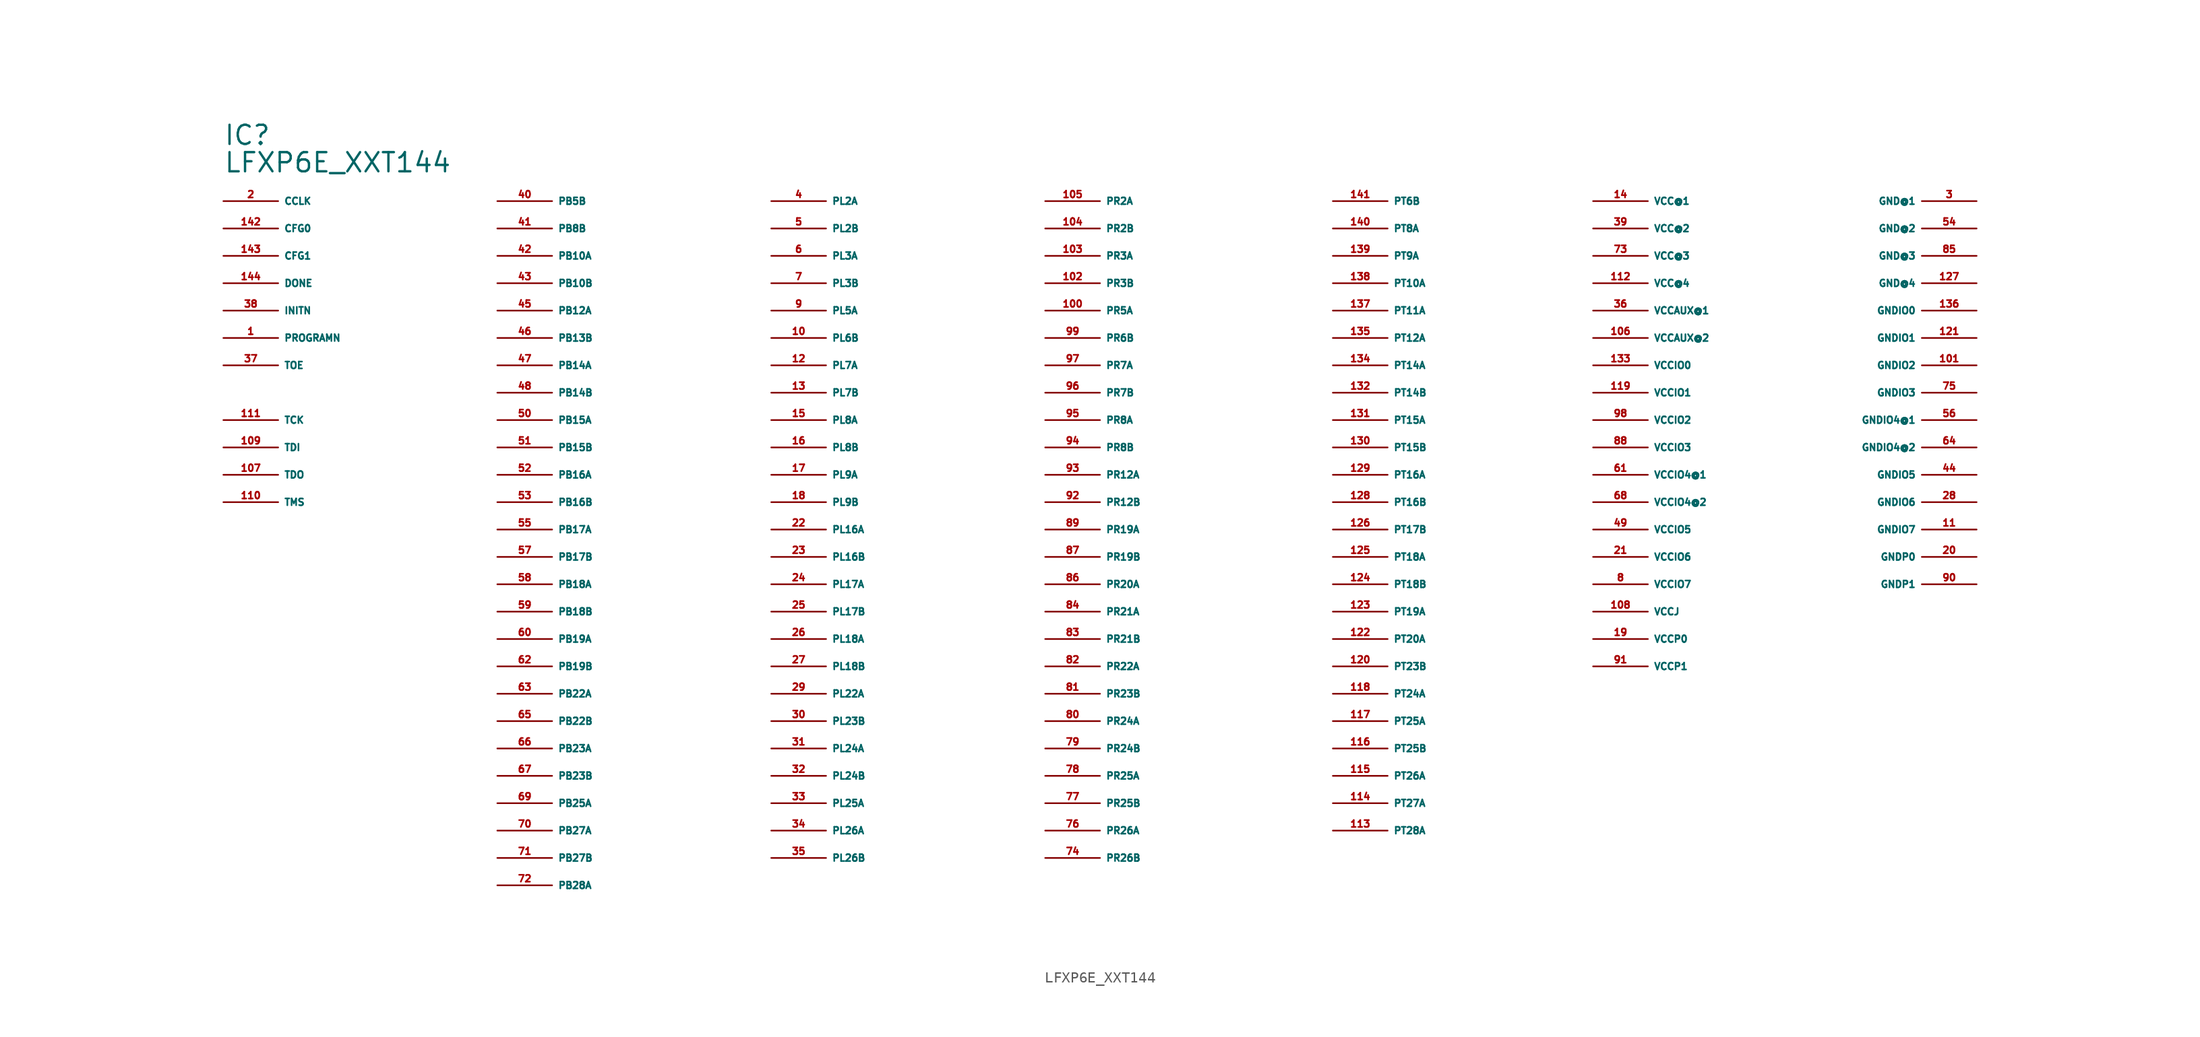
<source format=kicad_sym>
(kicad_symbol_lib
  (version 20220914)
  (generator Eagle2Kicad)
  (symbol "LFXP6E_XXT144"
    (property "Reference" "IC"
      (at -81.28 35.56 0)
      (effects (font (size 1.778 1.778) (thickness 0.22)) (justify left bottom)))
    (property "Value" "LFXP6E_XXT144"
      (at -81.28 33.02 0)
      (effects (font (size 1.778 1.778) (thickness 0.22)) (justify left bottom)))
    (pin bidirectional line
      (at -81.28 30.48 0)
      (length 5.08)
      (name "CCLK" (effects (font (size 0.635 0.635) (thickness 0.08)) (justify left bottom)))
      (number "2" (effects (font (size 0.635 0.635) (thickness 0.08)) (justify left bottom))))
    (pin input line
      (at -81.28 27.94 0)
      (length 5.08)
      (name "CFG0" (effects (font (size 0.635 0.635) (thickness 0.08)) (justify left bottom)))
      (number "142" (effects (font (size 0.635 0.635) (thickness 0.08)) (justify left bottom))))
    (pin input line
      (at -81.28 25.4 0)
      (length 5.08)
      (name "CFG1" (effects (font (size 0.635 0.635) (thickness 0.08)) (justify left bottom)))
      (number "143" (effects (font (size 0.635 0.635) (thickness 0.08)) (justify left bottom))))
    (pin bidirectional line
      (at -81.28 22.86 0)
      (length 5.08)
      (name "DONE" (effects (font (size 0.635 0.635) (thickness 0.08)) (justify left bottom)))
      (number "144" (effects (font (size 0.635 0.635) (thickness 0.08)) (justify left bottom))))
    (pin unspecified line
      (at 81.28 30.48 180)
      (length 5.08)
      (name "GND@1" (effects (font (size 0.635 0.635) (thickness 0.08)) (justify left bottom)))
      (number "3" (effects (font (size 0.635 0.635) (thickness 0.08)) (justify left bottom))))
    (pin unspecified line
      (at 81.28 27.94 180)
      (length 5.08)
      (name "GND@2" (effects (font (size 0.635 0.635) (thickness 0.08)) (justify left bottom)))
      (number "54" (effects (font (size 0.635 0.635) (thickness 0.08)) (justify left bottom))))
    (pin unspecified line
      (at 81.28 25.4 180)
      (length 5.08)
      (name "GND@3" (effects (font (size 0.635 0.635) (thickness 0.08)) (justify left bottom)))
      (number "85" (effects (font (size 0.635 0.635) (thickness 0.08)) (justify left bottom))))
    (pin unspecified line
      (at 81.28 22.86 180)
      (length 5.08)
      (name "GND@4" (effects (font (size 0.635 0.635) (thickness 0.08)) (justify left bottom)))
      (number "127" (effects (font (size 0.635 0.635) (thickness 0.08)) (justify left bottom))))
    (pin unspecified line
      (at 81.28 20.32 180)
      (length 5.08)
      (name "GNDIO0" (effects (font (size 0.635 0.635) (thickness 0.08)) (justify left bottom)))
      (number "136" (effects (font (size 0.635 0.635) (thickness 0.08)) (justify left bottom))))
    (pin unspecified line
      (at 81.28 17.78 180)
      (length 5.08)
      (name "GNDIO1" (effects (font (size 0.635 0.635) (thickness 0.08)) (justify left bottom)))
      (number "121" (effects (font (size 0.635 0.635) (thickness 0.08)) (justify left bottom))))
    (pin unspecified line
      (at 81.28 15.24 180)
      (length 5.08)
      (name "GNDIO2" (effects (font (size 0.635 0.635) (thickness 0.08)) (justify left bottom)))
      (number "101" (effects (font (size 0.635 0.635) (thickness 0.08)) (justify left bottom))))
    (pin unspecified line
      (at 81.28 12.7 180)
      (length 5.08)
      (name "GNDIO3" (effects (font (size 0.635 0.635) (thickness 0.08)) (justify left bottom)))
      (number "75" (effects (font (size 0.635 0.635) (thickness 0.08)) (justify left bottom))))
    (pin unspecified line
      (at 81.28 10.16 180)
      (length 5.08)
      (name "GNDIO4@1" (effects (font (size 0.635 0.635) (thickness 0.08)) (justify left bottom)))
      (number "56" (effects (font (size 0.635 0.635) (thickness 0.08)) (justify left bottom))))
    (pin unspecified line
      (at 81.28 7.62 180)
      (length 5.08)
      (name "GNDIO4@2" (effects (font (size 0.635 0.635) (thickness 0.08)) (justify left bottom)))
      (number "64" (effects (font (size 0.635 0.635) (thickness 0.08)) (justify left bottom))))
    (pin unspecified line
      (at 81.28 5.08 180)
      (length 5.08)
      (name "GNDIO5" (effects (font (size 0.635 0.635) (thickness 0.08)) (justify left bottom)))
      (number "44" (effects (font (size 0.635 0.635) (thickness 0.08)) (justify left bottom))))
    (pin unspecified line
      (at 81.28 2.54 180)
      (length 5.08)
      (name "GNDIO6" (effects (font (size 0.635 0.635) (thickness 0.08)) (justify left bottom)))
      (number "28" (effects (font (size 0.635 0.635) (thickness 0.08)) (justify left bottom))))
    (pin unspecified line
      (at 81.28 0 180)
      (length 5.08)
      (name "GNDIO7" (effects (font (size 0.635 0.635) (thickness 0.08)) (justify left bottom)))
      (number "11" (effects (font (size 0.635 0.635) (thickness 0.08)) (justify left bottom))))
    (pin unspecified line
      (at 81.28 -2.54 180)
      (length 5.08)
      (name "GNDP0" (effects (font (size 0.635 0.635) (thickness 0.08)) (justify left bottom)))
      (number "20" (effects (font (size 0.635 0.635) (thickness 0.08)) (justify left bottom))))
    (pin unspecified line
      (at 81.28 -5.08 180)
      (length 5.08)
      (name "GNDP1" (effects (font (size 0.635 0.635) (thickness 0.08)) (justify left bottom)))
      (number "90" (effects (font (size 0.635 0.635) (thickness 0.08)) (justify left bottom))))
    (pin bidirectional line
      (at -81.28 20.32 0)
      (length 5.08)
      (name "INITN" (effects (font (size 0.635 0.635) (thickness 0.08)) (justify left bottom)))
      (number "38" (effects (font (size 0.635 0.635) (thickness 0.08)) (justify left bottom))))
    (pin bidirectional line
      (at -55.88 30.48 0)
      (length 5.08)
      (name "PB5B" (effects (font (size 0.635 0.635) (thickness 0.08)) (justify left bottom)))
      (number "40" (effects (font (size 0.635 0.635) (thickness 0.08)) (justify left bottom))))
    (pin bidirectional line
      (at -55.88 27.94 0)
      (length 5.08)
      (name "PB8B" (effects (font (size 0.635 0.635) (thickness 0.08)) (justify left bottom)))
      (number "41" (effects (font (size 0.635 0.635) (thickness 0.08)) (justify left bottom))))
    (pin bidirectional line
      (at -55.88 25.4 0)
      (length 5.08)
      (name "PB10A" (effects (font (size 0.635 0.635) (thickness 0.08)) (justify left bottom)))
      (number "42" (effects (font (size 0.635 0.635) (thickness 0.08)) (justify left bottom))))
    (pin bidirectional line
      (at -55.88 22.86 0)
      (length 5.08)
      (name "PB10B" (effects (font (size 0.635 0.635) (thickness 0.08)) (justify left bottom)))
      (number "43" (effects (font (size 0.635 0.635) (thickness 0.08)) (justify left bottom))))
    (pin bidirectional line
      (at -55.88 20.32 0)
      (length 5.08)
      (name "PB12A" (effects (font (size 0.635 0.635) (thickness 0.08)) (justify left bottom)))
      (number "45" (effects (font (size 0.635 0.635) (thickness 0.08)) (justify left bottom))))
    (pin bidirectional line
      (at -55.88 17.78 0)
      (length 5.08)
      (name "PB13B" (effects (font (size 0.635 0.635) (thickness 0.08)) (justify left bottom)))
      (number "46" (effects (font (size 0.635 0.635) (thickness 0.08)) (justify left bottom))))
    (pin bidirectional line
      (at -55.88 15.24 0)
      (length 5.08)
      (name "PB14A" (effects (font (size 0.635 0.635) (thickness 0.08)) (justify left bottom)))
      (number "47" (effects (font (size 0.635 0.635) (thickness 0.08)) (justify left bottom))))
    (pin bidirectional line
      (at -55.88 12.7 0)
      (length 5.08)
      (name "PB14B" (effects (font (size 0.635 0.635) (thickness 0.08)) (justify left bottom)))
      (number "48" (effects (font (size 0.635 0.635) (thickness 0.08)) (justify left bottom))))
    (pin bidirectional line
      (at -55.88 10.16 0)
      (length 5.08)
      (name "PB15A" (effects (font (size 0.635 0.635) (thickness 0.08)) (justify left bottom)))
      (number "50" (effects (font (size 0.635 0.635) (thickness 0.08)) (justify left bottom))))
    (pin bidirectional line
      (at -55.88 7.62 0)
      (length 5.08)
      (name "PB15B" (effects (font (size 0.635 0.635) (thickness 0.08)) (justify left bottom)))
      (number "51" (effects (font (size 0.635 0.635) (thickness 0.08)) (justify left bottom))))
    (pin bidirectional line
      (at -55.88 5.08 0)
      (length 5.08)
      (name "PB16A" (effects (font (size 0.635 0.635) (thickness 0.08)) (justify left bottom)))
      (number "52" (effects (font (size 0.635 0.635) (thickness 0.08)) (justify left bottom))))
    (pin bidirectional line
      (at -55.88 2.54 0)
      (length 5.08)
      (name "PB16B" (effects (font (size 0.635 0.635) (thickness 0.08)) (justify left bottom)))
      (number "53" (effects (font (size 0.635 0.635) (thickness 0.08)) (justify left bottom))))
    (pin bidirectional line
      (at -55.88 0 0)
      (length 5.08)
      (name "PB17A" (effects (font (size 0.635 0.635) (thickness 0.08)) (justify left bottom)))
      (number "55" (effects (font (size 0.635 0.635) (thickness 0.08)) (justify left bottom))))
    (pin bidirectional line
      (at -55.88 -2.54 0)
      (length 5.08)
      (name "PB17B" (effects (font (size 0.635 0.635) (thickness 0.08)) (justify left bottom)))
      (number "57" (effects (font (size 0.635 0.635) (thickness 0.08)) (justify left bottom))))
    (pin bidirectional line
      (at -55.88 -5.08 0)
      (length 5.08)
      (name "PB18A" (effects (font (size 0.635 0.635) (thickness 0.08)) (justify left bottom)))
      (number "58" (effects (font (size 0.635 0.635) (thickness 0.08)) (justify left bottom))))
    (pin bidirectional line
      (at -55.88 -7.62 0)
      (length 5.08)
      (name "PB18B" (effects (font (size 0.635 0.635) (thickness 0.08)) (justify left bottom)))
      (number "59" (effects (font (size 0.635 0.635) (thickness 0.08)) (justify left bottom))))
    (pin bidirectional line
      (at -55.88 -10.16 0)
      (length 5.08)
      (name "PB19A" (effects (font (size 0.635 0.635) (thickness 0.08)) (justify left bottom)))
      (number "60" (effects (font (size 0.635 0.635) (thickness 0.08)) (justify left bottom))))
    (pin bidirectional line
      (at -55.88 -12.7 0)
      (length 5.08)
      (name "PB19B" (effects (font (size 0.635 0.635) (thickness 0.08)) (justify left bottom)))
      (number "62" (effects (font (size 0.635 0.635) (thickness 0.08)) (justify left bottom))))
    (pin bidirectional line
      (at -55.88 -15.24 0)
      (length 5.08)
      (name "PB22A" (effects (font (size 0.635 0.635) (thickness 0.08)) (justify left bottom)))
      (number "63" (effects (font (size 0.635 0.635) (thickness 0.08)) (justify left bottom))))
    (pin bidirectional line
      (at -55.88 -17.78 0)
      (length 5.08)
      (name "PB22B" (effects (font (size 0.635 0.635) (thickness 0.08)) (justify left bottom)))
      (number "65" (effects (font (size 0.635 0.635) (thickness 0.08)) (justify left bottom))))
    (pin bidirectional line
      (at -55.88 -20.32 0)
      (length 5.08)
      (name "PB23A" (effects (font (size 0.635 0.635) (thickness 0.08)) (justify left bottom)))
      (number "66" (effects (font (size 0.635 0.635) (thickness 0.08)) (justify left bottom))))
    (pin bidirectional line
      (at -55.88 -22.86 0)
      (length 5.08)
      (name "PB23B" (effects (font (size 0.635 0.635) (thickness 0.08)) (justify left bottom)))
      (number "67" (effects (font (size 0.635 0.635) (thickness 0.08)) (justify left bottom))))
    (pin bidirectional line
      (at -55.88 -25.4 0)
      (length 5.08)
      (name "PB25A" (effects (font (size 0.635 0.635) (thickness 0.08)) (justify left bottom)))
      (number "69" (effects (font (size 0.635 0.635) (thickness 0.08)) (justify left bottom))))
    (pin bidirectional line
      (at -55.88 -27.94 0)
      (length 5.08)
      (name "PB27A" (effects (font (size 0.635 0.635) (thickness 0.08)) (justify left bottom)))
      (number "70" (effects (font (size 0.635 0.635) (thickness 0.08)) (justify left bottom))))
    (pin bidirectional line
      (at -55.88 -30.48 0)
      (length 5.08)
      (name "PB27B" (effects (font (size 0.635 0.635) (thickness 0.08)) (justify left bottom)))
      (number "71" (effects (font (size 0.635 0.635) (thickness 0.08)) (justify left bottom))))
    (pin bidirectional line
      (at -55.88 -33.02 0)
      (length 5.08)
      (name "PB28A" (effects (font (size 0.635 0.635) (thickness 0.08)) (justify left bottom)))
      (number "72" (effects (font (size 0.635 0.635) (thickness 0.08)) (justify left bottom))))
    (pin bidirectional line
      (at -30.48 30.48 0)
      (length 5.08)
      (name "PL2A" (effects (font (size 0.635 0.635) (thickness 0.08)) (justify left bottom)))
      (number "4" (effects (font (size 0.635 0.635) (thickness 0.08)) (justify left bottom))))
    (pin bidirectional line
      (at -30.48 27.94 0)
      (length 5.08)
      (name "PL2B" (effects (font (size 0.635 0.635) (thickness 0.08)) (justify left bottom)))
      (number "5" (effects (font (size 0.635 0.635) (thickness 0.08)) (justify left bottom))))
    (pin bidirectional line
      (at -30.48 25.4 0)
      (length 5.08)
      (name "PL3A" (effects (font (size 0.635 0.635) (thickness 0.08)) (justify left bottom)))
      (number "6" (effects (font (size 0.635 0.635) (thickness 0.08)) (justify left bottom))))
    (pin bidirectional line
      (at -30.48 22.86 0)
      (length 5.08)
      (name "PL3B" (effects (font (size 0.635 0.635) (thickness 0.08)) (justify left bottom)))
      (number "7" (effects (font (size 0.635 0.635) (thickness 0.08)) (justify left bottom))))
    (pin bidirectional line
      (at -30.48 20.32 0)
      (length 5.08)
      (name "PL5A" (effects (font (size 0.635 0.635) (thickness 0.08)) (justify left bottom)))
      (number "9" (effects (font (size 0.635 0.635) (thickness 0.08)) (justify left bottom))))
    (pin bidirectional line
      (at -30.48 17.78 0)
      (length 5.08)
      (name "PL6B" (effects (font (size 0.635 0.635) (thickness 0.08)) (justify left bottom)))
      (number "10" (effects (font (size 0.635 0.635) (thickness 0.08)) (justify left bottom))))
    (pin bidirectional line
      (at -30.48 15.24 0)
      (length 5.08)
      (name "PL7A" (effects (font (size 0.635 0.635) (thickness 0.08)) (justify left bottom)))
      (number "12" (effects (font (size 0.635 0.635) (thickness 0.08)) (justify left bottom))))
    (pin bidirectional line
      (at -30.48 12.7 0)
      (length 5.08)
      (name "PL7B" (effects (font (size 0.635 0.635) (thickness 0.08)) (justify left bottom)))
      (number "13" (effects (font (size 0.635 0.635) (thickness 0.08)) (justify left bottom))))
    (pin bidirectional line
      (at -30.48 10.16 0)
      (length 5.08)
      (name "PL8A" (effects (font (size 0.635 0.635) (thickness 0.08)) (justify left bottom)))
      (number "15" (effects (font (size 0.635 0.635) (thickness 0.08)) (justify left bottom))))
    (pin bidirectional line
      (at -30.48 7.62 0)
      (length 5.08)
      (name "PL8B" (effects (font (size 0.635 0.635) (thickness 0.08)) (justify left bottom)))
      (number "16" (effects (font (size 0.635 0.635) (thickness 0.08)) (justify left bottom))))
    (pin bidirectional line
      (at -30.48 5.08 0)
      (length 5.08)
      (name "PL9A" (effects (font (size 0.635 0.635) (thickness 0.08)) (justify left bottom)))
      (number "17" (effects (font (size 0.635 0.635) (thickness 0.08)) (justify left bottom))))
    (pin bidirectional line
      (at -30.48 2.54 0)
      (length 5.08)
      (name "PL9B" (effects (font (size 0.635 0.635) (thickness 0.08)) (justify left bottom)))
      (number "18" (effects (font (size 0.635 0.635) (thickness 0.08)) (justify left bottom))))
    (pin bidirectional line
      (at -30.48 0 0)
      (length 5.08)
      (name "PL16A" (effects (font (size 0.635 0.635) (thickness 0.08)) (justify left bottom)))
      (number "22" (effects (font (size 0.635 0.635) (thickness 0.08)) (justify left bottom))))
    (pin bidirectional line
      (at -30.48 -2.54 0)
      (length 5.08)
      (name "PL16B" (effects (font (size 0.635 0.635) (thickness 0.08)) (justify left bottom)))
      (number "23" (effects (font (size 0.635 0.635) (thickness 0.08)) (justify left bottom))))
    (pin bidirectional line
      (at -30.48 -5.08 0)
      (length 5.08)
      (name "PL17A" (effects (font (size 0.635 0.635) (thickness 0.08)) (justify left bottom)))
      (number "24" (effects (font (size 0.635 0.635) (thickness 0.08)) (justify left bottom))))
    (pin bidirectional line
      (at -30.48 -7.62 0)
      (length 5.08)
      (name "PL17B" (effects (font (size 0.635 0.635) (thickness 0.08)) (justify left bottom)))
      (number "25" (effects (font (size 0.635 0.635) (thickness 0.08)) (justify left bottom))))
    (pin bidirectional line
      (at -30.48 -10.16 0)
      (length 5.08)
      (name "PL18A" (effects (font (size 0.635 0.635) (thickness 0.08)) (justify left bottom)))
      (number "26" (effects (font (size 0.635 0.635) (thickness 0.08)) (justify left bottom))))
    (pin bidirectional line
      (at -30.48 -12.7 0)
      (length 5.08)
      (name "PL18B" (effects (font (size 0.635 0.635) (thickness 0.08)) (justify left bottom)))
      (number "27" (effects (font (size 0.635 0.635) (thickness 0.08)) (justify left bottom))))
    (pin bidirectional line
      (at -30.48 -15.24 0)
      (length 5.08)
      (name "PL22A" (effects (font (size 0.635 0.635) (thickness 0.08)) (justify left bottom)))
      (number "29" (effects (font (size 0.635 0.635) (thickness 0.08)) (justify left bottom))))
    (pin bidirectional line
      (at -30.48 -17.78 0)
      (length 5.08)
      (name "PL23B" (effects (font (size 0.635 0.635) (thickness 0.08)) (justify left bottom)))
      (number "30" (effects (font (size 0.635 0.635) (thickness 0.08)) (justify left bottom))))
    (pin bidirectional line
      (at -30.48 -20.32 0)
      (length 5.08)
      (name "PL24A" (effects (font (size 0.635 0.635) (thickness 0.08)) (justify left bottom)))
      (number "31" (effects (font (size 0.635 0.635) (thickness 0.08)) (justify left bottom))))
    (pin bidirectional line
      (at -30.48 -22.86 0)
      (length 5.08)
      (name "PL24B" (effects (font (size 0.635 0.635) (thickness 0.08)) (justify left bottom)))
      (number "32" (effects (font (size 0.635 0.635) (thickness 0.08)) (justify left bottom))))
    (pin bidirectional line
      (at -30.48 -25.4 0)
      (length 5.08)
      (name "PL25A" (effects (font (size 0.635 0.635) (thickness 0.08)) (justify left bottom)))
      (number "33" (effects (font (size 0.635 0.635) (thickness 0.08)) (justify left bottom))))
    (pin bidirectional line
      (at -30.48 -27.94 0)
      (length 5.08)
      (name "PL26A" (effects (font (size 0.635 0.635) (thickness 0.08)) (justify left bottom)))
      (number "34" (effects (font (size 0.635 0.635) (thickness 0.08)) (justify left bottom))))
    (pin bidirectional line
      (at -30.48 -30.48 0)
      (length 5.08)
      (name "PL26B" (effects (font (size 0.635 0.635) (thickness 0.08)) (justify left bottom)))
      (number "35" (effects (font (size 0.635 0.635) (thickness 0.08)) (justify left bottom))))
    (pin bidirectional line
      (at -5.08 30.48 0)
      (length 5.08)
      (name "PR2A" (effects (font (size 0.635 0.635) (thickness 0.08)) (justify left bottom)))
      (number "105" (effects (font (size 0.635 0.635) (thickness 0.08)) (justify left bottom))))
    (pin bidirectional line
      (at -5.08 27.94 0)
      (length 5.08)
      (name "PR2B" (effects (font (size 0.635 0.635) (thickness 0.08)) (justify left bottom)))
      (number "104" (effects (font (size 0.635 0.635) (thickness 0.08)) (justify left bottom))))
    (pin bidirectional line
      (at -5.08 25.4 0)
      (length 5.08)
      (name "PR3A" (effects (font (size 0.635 0.635) (thickness 0.08)) (justify left bottom)))
      (number "103" (effects (font (size 0.635 0.635) (thickness 0.08)) (justify left bottom))))
    (pin bidirectional line
      (at -5.08 22.86 0)
      (length 5.08)
      (name "PR3B" (effects (font (size 0.635 0.635) (thickness 0.08)) (justify left bottom)))
      (number "102" (effects (font (size 0.635 0.635) (thickness 0.08)) (justify left bottom))))
    (pin bidirectional line
      (at -5.08 20.32 0)
      (length 5.08)
      (name "PR5A" (effects (font (size 0.635 0.635) (thickness 0.08)) (justify left bottom)))
      (number "100" (effects (font (size 0.635 0.635) (thickness 0.08)) (justify left bottom))))
    (pin bidirectional line
      (at -5.08 17.78 0)
      (length 5.08)
      (name "PR6B" (effects (font (size 0.635 0.635) (thickness 0.08)) (justify left bottom)))
      (number "99" (effects (font (size 0.635 0.635) (thickness 0.08)) (justify left bottom))))
    (pin bidirectional line
      (at -5.08 15.24 0)
      (length 5.08)
      (name "PR7A" (effects (font (size 0.635 0.635) (thickness 0.08)) (justify left bottom)))
      (number "97" (effects (font (size 0.635 0.635) (thickness 0.08)) (justify left bottom))))
    (pin bidirectional line
      (at -5.08 12.7 0)
      (length 5.08)
      (name "PR7B" (effects (font (size 0.635 0.635) (thickness 0.08)) (justify left bottom)))
      (number "96" (effects (font (size 0.635 0.635) (thickness 0.08)) (justify left bottom))))
    (pin bidirectional line
      (at -5.08 10.16 0)
      (length 5.08)
      (name "PR8A" (effects (font (size 0.635 0.635) (thickness 0.08)) (justify left bottom)))
      (number "95" (effects (font (size 0.635 0.635) (thickness 0.08)) (justify left bottom))))
    (pin bidirectional line
      (at -5.08 7.62 0)
      (length 5.08)
      (name "PR8B" (effects (font (size 0.635 0.635) (thickness 0.08)) (justify left bottom)))
      (number "94" (effects (font (size 0.635 0.635) (thickness 0.08)) (justify left bottom))))
    (pin bidirectional line
      (at -5.08 5.08 0)
      (length 5.08)
      (name "PR12A" (effects (font (size 0.635 0.635) (thickness 0.08)) (justify left bottom)))
      (number "93" (effects (font (size 0.635 0.635) (thickness 0.08)) (justify left bottom))))
    (pin bidirectional line
      (at -5.08 2.54 0)
      (length 5.08)
      (name "PR12B" (effects (font (size 0.635 0.635) (thickness 0.08)) (justify left bottom)))
      (number "92" (effects (font (size 0.635 0.635) (thickness 0.08)) (justify left bottom))))
    (pin bidirectional line
      (at -5.08 0 0)
      (length 5.08)
      (name "PR19A" (effects (font (size 0.635 0.635) (thickness 0.08)) (justify left bottom)))
      (number "89" (effects (font (size 0.635 0.635) (thickness 0.08)) (justify left bottom))))
    (pin bidirectional line
      (at -5.08 -2.54 0)
      (length 5.08)
      (name "PR19B" (effects (font (size 0.635 0.635) (thickness 0.08)) (justify left bottom)))
      (number "87" (effects (font (size 0.635 0.635) (thickness 0.08)) (justify left bottom))))
    (pin bidirectional line
      (at -5.08 -5.08 0)
      (length 5.08)
      (name "PR20A" (effects (font (size 0.635 0.635) (thickness 0.08)) (justify left bottom)))
      (number "86" (effects (font (size 0.635 0.635) (thickness 0.08)) (justify left bottom))))
    (pin bidirectional line
      (at -5.08 -7.62 0)
      (length 5.08)
      (name "PR21A" (effects (font (size 0.635 0.635) (thickness 0.08)) (justify left bottom)))
      (number "84" (effects (font (size 0.635 0.635) (thickness 0.08)) (justify left bottom))))
    (pin bidirectional line
      (at -5.08 -10.16 0)
      (length 5.08)
      (name "PR21B" (effects (font (size 0.635 0.635) (thickness 0.08)) (justify left bottom)))
      (number "83" (effects (font (size 0.635 0.635) (thickness 0.08)) (justify left bottom))))
    (pin bidirectional line
      (at -5.08 -12.7 0)
      (length 5.08)
      (name "PR22A" (effects (font (size 0.635 0.635) (thickness 0.08)) (justify left bottom)))
      (number "82" (effects (font (size 0.635 0.635) (thickness 0.08)) (justify left bottom))))
    (pin bidirectional line
      (at -5.08 -15.24 0)
      (length 5.08)
      (name "PR23B" (effects (font (size 0.635 0.635) (thickness 0.08)) (justify left bottom)))
      (number "81" (effects (font (size 0.635 0.635) (thickness 0.08)) (justify left bottom))))
    (pin bidirectional line
      (at -5.08 -17.78 0)
      (length 5.08)
      (name "PR24A" (effects (font (size 0.635 0.635) (thickness 0.08)) (justify left bottom)))
      (number "80" (effects (font (size 0.635 0.635) (thickness 0.08)) (justify left bottom))))
    (pin bidirectional line
      (at -5.08 -20.32 0)
      (length 5.08)
      (name "PR24B" (effects (font (size 0.635 0.635) (thickness 0.08)) (justify left bottom)))
      (number "79" (effects (font (size 0.635 0.635) (thickness 0.08)) (justify left bottom))))
    (pin bidirectional line
      (at -5.08 -22.86 0)
      (length 5.08)
      (name "PR25A" (effects (font (size 0.635 0.635) (thickness 0.08)) (justify left bottom)))
      (number "78" (effects (font (size 0.635 0.635) (thickness 0.08)) (justify left bottom))))
    (pin bidirectional line
      (at -5.08 -25.4 0)
      (length 5.08)
      (name "PR25B" (effects (font (size 0.635 0.635) (thickness 0.08)) (justify left bottom)))
      (number "77" (effects (font (size 0.635 0.635) (thickness 0.08)) (justify left bottom))))
    (pin bidirectional line
      (at -5.08 -27.94 0)
      (length 5.08)
      (name "PR26A" (effects (font (size 0.635 0.635) (thickness 0.08)) (justify left bottom)))
      (number "76" (effects (font (size 0.635 0.635) (thickness 0.08)) (justify left bottom))))
    (pin bidirectional line
      (at -5.08 -30.48 0)
      (length 5.08)
      (name "PR26B" (effects (font (size 0.635 0.635) (thickness 0.08)) (justify left bottom)))
      (number "74" (effects (font (size 0.635 0.635) (thickness 0.08)) (justify left bottom))))
    (pin input line
      (at -81.28 17.78 0)
      (length 5.08)
      (name "PROGRAMN" (effects (font (size 0.635 0.635) (thickness 0.08)) (justify left bottom)))
      (number "1" (effects (font (size 0.635 0.635) (thickness 0.08)) (justify left bottom))))
    (pin bidirectional line
      (at 21.59 30.48 0)
      (length 5.08)
      (name "PT6B" (effects (font (size 0.635 0.635) (thickness 0.08)) (justify left bottom)))
      (number "141" (effects (font (size 0.635 0.635) (thickness 0.08)) (justify left bottom))))
    (pin bidirectional line
      (at 21.59 27.94 0)
      (length 5.08)
      (name "PT8A" (effects (font (size 0.635 0.635) (thickness 0.08)) (justify left bottom)))
      (number "140" (effects (font (size 0.635 0.635) (thickness 0.08)) (justify left bottom))))
    (pin bidirectional line
      (at 21.59 25.4 0)
      (length 5.08)
      (name "PT9A" (effects (font (size 0.635 0.635) (thickness 0.08)) (justify left bottom)))
      (number "139" (effects (font (size 0.635 0.635) (thickness 0.08)) (justify left bottom))))
    (pin bidirectional line
      (at 21.59 22.86 0)
      (length 5.08)
      (name "PT10A" (effects (font (size 0.635 0.635) (thickness 0.08)) (justify left bottom)))
      (number "138" (effects (font (size 0.635 0.635) (thickness 0.08)) (justify left bottom))))
    (pin bidirectional line
      (at 21.59 20.32 0)
      (length 5.08)
      (name "PT11A" (effects (font (size 0.635 0.635) (thickness 0.08)) (justify left bottom)))
      (number "137" (effects (font (size 0.635 0.635) (thickness 0.08)) (justify left bottom))))
    (pin bidirectional line
      (at 21.59 17.78 0)
      (length 5.08)
      (name "PT12A" (effects (font (size 0.635 0.635) (thickness 0.08)) (justify left bottom)))
      (number "135" (effects (font (size 0.635 0.635) (thickness 0.08)) (justify left bottom))))
    (pin bidirectional line
      (at 21.59 15.24 0)
      (length 5.08)
      (name "PT14A" (effects (font (size 0.635 0.635) (thickness 0.08)) (justify left bottom)))
      (number "134" (effects (font (size 0.635 0.635) (thickness 0.08)) (justify left bottom))))
    (pin bidirectional line
      (at 21.59 12.7 0)
      (length 5.08)
      (name "PT14B" (effects (font (size 0.635 0.635) (thickness 0.08)) (justify left bottom)))
      (number "132" (effects (font (size 0.635 0.635) (thickness 0.08)) (justify left bottom))))
    (pin bidirectional line
      (at 21.59 10.16 0)
      (length 5.08)
      (name "PT15A" (effects (font (size 0.635 0.635) (thickness 0.08)) (justify left bottom)))
      (number "131" (effects (font (size 0.635 0.635) (thickness 0.08)) (justify left bottom))))
    (pin bidirectional line
      (at 21.59 7.62 0)
      (length 5.08)
      (name "PT15B" (effects (font (size 0.635 0.635) (thickness 0.08)) (justify left bottom)))
      (number "130" (effects (font (size 0.635 0.635) (thickness 0.08)) (justify left bottom))))
    (pin bidirectional line
      (at 21.59 5.08 0)
      (length 5.08)
      (name "PT16A" (effects (font (size 0.635 0.635) (thickness 0.08)) (justify left bottom)))
      (number "129" (effects (font (size 0.635 0.635) (thickness 0.08)) (justify left bottom))))
    (pin bidirectional line
      (at 21.59 2.54 0)
      (length 5.08)
      (name "PT16B" (effects (font (size 0.635 0.635) (thickness 0.08)) (justify left bottom)))
      (number "128" (effects (font (size 0.635 0.635) (thickness 0.08)) (justify left bottom))))
    (pin bidirectional line
      (at 21.59 0 0)
      (length 5.08)
      (name "PT17B" (effects (font (size 0.635 0.635) (thickness 0.08)) (justify left bottom)))
      (number "126" (effects (font (size 0.635 0.635) (thickness 0.08)) (justify left bottom))))
    (pin bidirectional line
      (at 21.59 -2.54 0)
      (length 5.08)
      (name "PT18A" (effects (font (size 0.635 0.635) (thickness 0.08)) (justify left bottom)))
      (number "125" (effects (font (size 0.635 0.635) (thickness 0.08)) (justify left bottom))))
    (pin bidirectional line
      (at 21.59 -5.08 0)
      (length 5.08)
      (name "PT18B" (effects (font (size 0.635 0.635) (thickness 0.08)) (justify left bottom)))
      (number "124" (effects (font (size 0.635 0.635) (thickness 0.08)) (justify left bottom))))
    (pin bidirectional line
      (at 21.59 -7.62 0)
      (length 5.08)
      (name "PT19A" (effects (font (size 0.635 0.635) (thickness 0.08)) (justify left bottom)))
      (number "123" (effects (font (size 0.635 0.635) (thickness 0.08)) (justify left bottom))))
    (pin bidirectional line
      (at 21.59 -10.16 0)
      (length 5.08)
      (name "PT20A" (effects (font (size 0.635 0.635) (thickness 0.08)) (justify left bottom)))
      (number "122" (effects (font (size 0.635 0.635) (thickness 0.08)) (justify left bottom))))
    (pin bidirectional line
      (at 21.59 -12.7 0)
      (length 5.08)
      (name "PT23B" (effects (font (size 0.635 0.635) (thickness 0.08)) (justify left bottom)))
      (number "120" (effects (font (size 0.635 0.635) (thickness 0.08)) (justify left bottom))))
    (pin bidirectional line
      (at 21.59 -15.24 0)
      (length 5.08)
      (name "PT24A" (effects (font (size 0.635 0.635) (thickness 0.08)) (justify left bottom)))
      (number "118" (effects (font (size 0.635 0.635) (thickness 0.08)) (justify left bottom))))
    (pin bidirectional line
      (at 21.59 -17.78 0)
      (length 5.08)
      (name "PT25A" (effects (font (size 0.635 0.635) (thickness 0.08)) (justify left bottom)))
      (number "117" (effects (font (size 0.635 0.635) (thickness 0.08)) (justify left bottom))))
    (pin bidirectional line
      (at 21.59 -20.32 0)
      (length 5.08)
      (name "PT25B" (effects (font (size 0.635 0.635) (thickness 0.08)) (justify left bottom)))
      (number "116" (effects (font (size 0.635 0.635) (thickness 0.08)) (justify left bottom))))
    (pin bidirectional line
      (at 21.59 -22.86 0)
      (length 5.08)
      (name "PT26A" (effects (font (size 0.635 0.635) (thickness 0.08)) (justify left bottom)))
      (number "115" (effects (font (size 0.635 0.635) (thickness 0.08)) (justify left bottom))))
    (pin bidirectional line
      (at 21.59 -25.4 0)
      (length 5.08)
      (name "PT27A" (effects (font (size 0.635 0.635) (thickness 0.08)) (justify left bottom)))
      (number "114" (effects (font (size 0.635 0.635) (thickness 0.08)) (justify left bottom))))
    (pin bidirectional line
      (at 21.59 -27.94 0)
      (length 5.08)
      (name "PT28A" (effects (font (size 0.635 0.635) (thickness 0.08)) (justify left bottom)))
      (number "113" (effects (font (size 0.635 0.635) (thickness 0.08)) (justify left bottom))))
    (pin input line
      (at -81.28 10.16 0)
      (length 5.08)
      (name "TCK" (effects (font (size 0.635 0.635) (thickness 0.08)) (justify left bottom)))
      (number "111" (effects (font (size 0.635 0.635) (thickness 0.08)) (justify left bottom))))
    (pin input line
      (at -81.28 7.62 0)
      (length 5.08)
      (name "TDI" (effects (font (size 0.635 0.635) (thickness 0.08)) (justify left bottom)))
      (number "109" (effects (font (size 0.635 0.635) (thickness 0.08)) (justify left bottom))))
    (pin output line
      (at -81.28 5.08 0)
      (length 5.08)
      (name "TDO" (effects (font (size 0.635 0.635) (thickness 0.08)) (justify left bottom)))
      (number "107" (effects (font (size 0.635 0.635) (thickness 0.08)) (justify left bottom))))
    (pin input line
      (at -81.28 2.54 0)
      (length 5.08)
      (name "TMS" (effects (font (size 0.635 0.635) (thickness 0.08)) (justify left bottom)))
      (number "110" (effects (font (size 0.635 0.635) (thickness 0.08)) (justify left bottom))))
    (pin input line
      (at -81.28 15.24 0)
      (length 5.08)
      (name "TOE" (effects (font (size 0.635 0.635) (thickness 0.08)) (justify left bottom)))
      (number "37" (effects (font (size 0.635 0.635) (thickness 0.08)) (justify left bottom))))
    (pin unspecified line
      (at 45.72 30.48 0)
      (length 5.08)
      (name "VCC@1" (effects (font (size 0.635 0.635) (thickness 0.08)) (justify left bottom)))
      (number "14" (effects (font (size 0.635 0.635) (thickness 0.08)) (justify left bottom))))
    (pin unspecified line
      (at 45.72 27.94 0)
      (length 5.08)
      (name "VCC@2" (effects (font (size 0.635 0.635) (thickness 0.08)) (justify left bottom)))
      (number "39" (effects (font (size 0.635 0.635) (thickness 0.08)) (justify left bottom))))
    (pin unspecified line
      (at 45.72 25.4 0)
      (length 5.08)
      (name "VCC@3" (effects (font (size 0.635 0.635) (thickness 0.08)) (justify left bottom)))
      (number "73" (effects (font (size 0.635 0.635) (thickness 0.08)) (justify left bottom))))
    (pin unspecified line
      (at 45.72 22.86 0)
      (length 5.08)
      (name "VCC@4" (effects (font (size 0.635 0.635) (thickness 0.08)) (justify left bottom)))
      (number "112" (effects (font (size 0.635 0.635) (thickness 0.08)) (justify left bottom))))
    (pin unspecified line
      (at 45.72 20.32 0)
      (length 5.08)
      (name "VCCAUX@1" (effects (font (size 0.635 0.635) (thickness 0.08)) (justify left bottom)))
      (number "36" (effects (font (size 0.635 0.635) (thickness 0.08)) (justify left bottom))))
    (pin unspecified line
      (at 45.72 17.78 0)
      (length 5.08)
      (name "VCCAUX@2" (effects (font (size 0.635 0.635) (thickness 0.08)) (justify left bottom)))
      (number "106" (effects (font (size 0.635 0.635) (thickness 0.08)) (justify left bottom))))
    (pin unspecified line
      (at 45.72 15.24 0)
      (length 5.08)
      (name "VCCIO0" (effects (font (size 0.635 0.635) (thickness 0.08)) (justify left bottom)))
      (number "133" (effects (font (size 0.635 0.635) (thickness 0.08)) (justify left bottom))))
    (pin unspecified line
      (at 45.72 12.7 0)
      (length 5.08)
      (name "VCCIO1" (effects (font (size 0.635 0.635) (thickness 0.08)) (justify left bottom)))
      (number "119" (effects (font (size 0.635 0.635) (thickness 0.08)) (justify left bottom))))
    (pin unspecified line
      (at 45.72 10.16 0)
      (length 5.08)
      (name "VCCIO2" (effects (font (size 0.635 0.635) (thickness 0.08)) (justify left bottom)))
      (number "98" (effects (font (size 0.635 0.635) (thickness 0.08)) (justify left bottom))))
    (pin unspecified line
      (at 45.72 7.62 0)
      (length 5.08)
      (name "VCCIO3" (effects (font (size 0.635 0.635) (thickness 0.08)) (justify left bottom)))
      (number "88" (effects (font (size 0.635 0.635) (thickness 0.08)) (justify left bottom))))
    (pin unspecified line
      (at 45.72 5.08 0)
      (length 5.08)
      (name "VCCIO4@1" (effects (font (size 0.635 0.635) (thickness 0.08)) (justify left bottom)))
      (number "61" (effects (font (size 0.635 0.635) (thickness 0.08)) (justify left bottom))))
    (pin unspecified line
      (at 45.72 2.54 0)
      (length 5.08)
      (name "VCCIO4@2" (effects (font (size 0.635 0.635) (thickness 0.08)) (justify left bottom)))
      (number "68" (effects (font (size 0.635 0.635) (thickness 0.08)) (justify left bottom))))
    (pin unspecified line
      (at 45.72 0 0)
      (length 5.08)
      (name "VCCIO5" (effects (font (size 0.635 0.635) (thickness 0.08)) (justify left bottom)))
      (number "49" (effects (font (size 0.635 0.635) (thickness 0.08)) (justify left bottom))))
    (pin unspecified line
      (at 45.72 -2.54 0)
      (length 5.08)
      (name "VCCIO6" (effects (font (size 0.635 0.635) (thickness 0.08)) (justify left bottom)))
      (number "21" (effects (font (size 0.635 0.635) (thickness 0.08)) (justify left bottom))))
    (pin unspecified line
      (at 45.72 -5.08 0)
      (length 5.08)
      (name "VCCIO7" (effects (font (size 0.635 0.635) (thickness 0.08)) (justify left bottom)))
      (number "8" (effects (font (size 0.635 0.635) (thickness 0.08)) (justify left bottom))))
    (pin unspecified line
      (at 45.72 -7.62 0)
      (length 5.08)
      (name "VCCJ" (effects (font (size 0.635 0.635) (thickness 0.08)) (justify left bottom)))
      (number "108" (effects (font (size 0.635 0.635) (thickness 0.08)) (justify left bottom))))
    (pin unspecified line
      (at 45.72 -10.16 0)
      (length 5.08)
      (name "VCCP0" (effects (font (size 0.635 0.635) (thickness 0.08)) (justify left bottom)))
      (number "19" (effects (font (size 0.635 0.635) (thickness 0.08)) (justify left bottom))))
    (pin unspecified line
      (at 45.72 -12.7 0)
      (length 5.08)
      (name "VCCP1" (effects (font (size 0.635 0.635) (thickness 0.08)) (justify left bottom)))
      (number "91" (effects (font (size 0.635 0.635) (thickness 0.08)) (justify left bottom))))))
</source>
